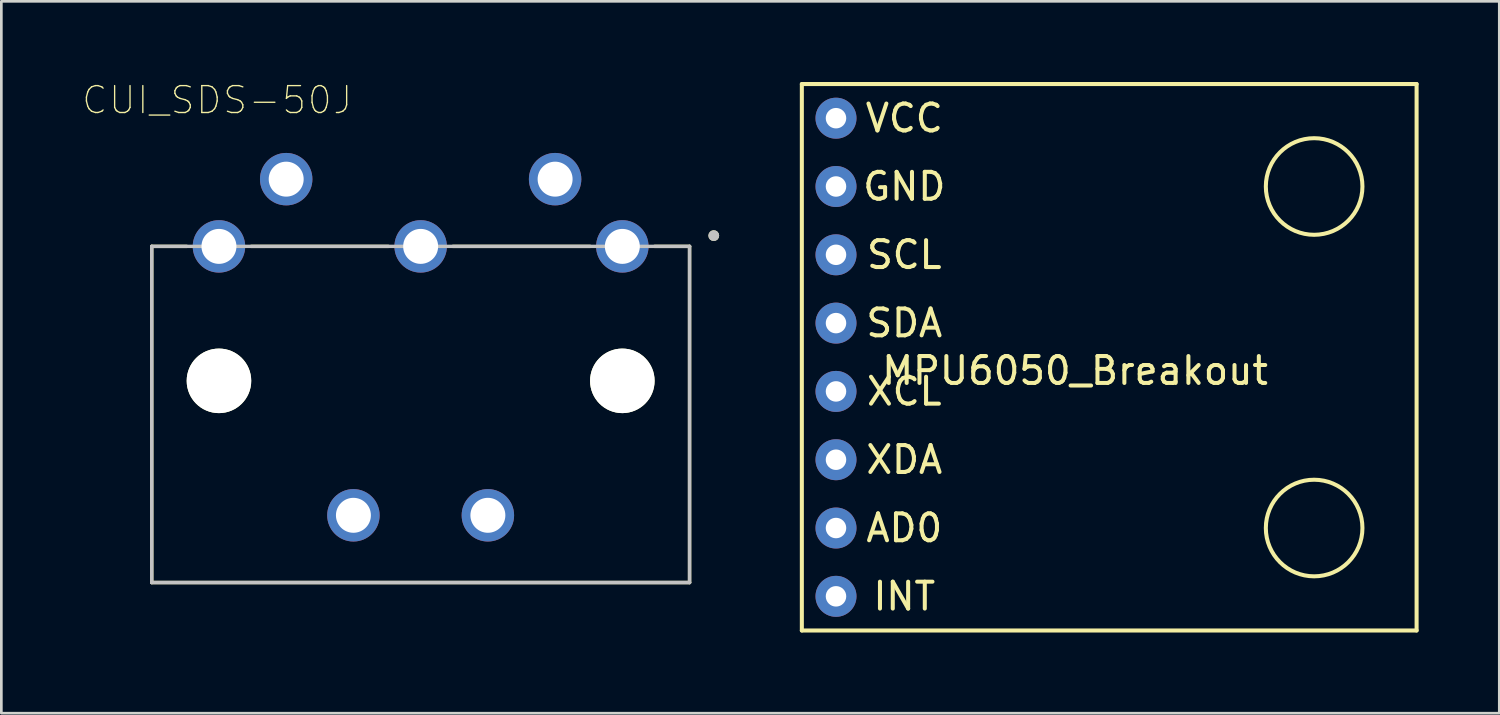
<source format=kicad_pcb>
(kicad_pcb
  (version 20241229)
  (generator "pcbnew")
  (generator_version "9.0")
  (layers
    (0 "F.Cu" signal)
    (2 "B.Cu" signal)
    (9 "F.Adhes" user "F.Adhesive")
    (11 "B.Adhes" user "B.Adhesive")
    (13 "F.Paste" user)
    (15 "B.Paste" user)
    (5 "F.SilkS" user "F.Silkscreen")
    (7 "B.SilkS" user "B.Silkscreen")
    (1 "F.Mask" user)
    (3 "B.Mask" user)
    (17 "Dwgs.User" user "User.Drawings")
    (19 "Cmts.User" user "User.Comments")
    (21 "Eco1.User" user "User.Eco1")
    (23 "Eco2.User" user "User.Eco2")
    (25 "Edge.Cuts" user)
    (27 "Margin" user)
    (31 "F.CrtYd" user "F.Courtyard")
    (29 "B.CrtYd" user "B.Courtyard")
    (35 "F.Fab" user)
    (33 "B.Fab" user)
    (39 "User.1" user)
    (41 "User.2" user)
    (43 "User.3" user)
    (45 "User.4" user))
  (footprint "MPU6050_Breakout"
    (layer "F.Cu")
    (at 36.927 10.235)
    (property "Reference" "MPU6050_Breakout" (at 0 0.5 0) (layer "F.SilkS") (effects (font (size 1 1) (thickness 0.15))))
    (attr through_hole)
    (fp_line (start -10.16 -10.16) (end -10.16 10.16) (stroke (width 0.15) (type solid)) (layer "F.SilkS"))
    (fp_line (start -10.16 10.16) (end 12.7 10.16) (stroke (width 0.15) (type solid)) (layer "F.SilkS"))
    (fp_line (start 12.7 -10.16) (end -10.16 -10.16) (stroke (width 0.15) (type solid)) (layer "F.SilkS"))
    (fp_line (start 12.7 10.16) (end 12.7 -10.16) (stroke (width 0.15) (type solid)) (layer "F.SilkS"))
    (fp_circle (center 8.89 -6.35) (end 10.16 -7.62) (stroke (width 0.15) (type solid)) (fill no) (layer "F.SilkS"))
    (fp_circle (center 8.89 6.35) (end 10.16 7.62) (stroke (width 0.15) (type solid)) (fill no) (layer "F.SilkS"))
    (fp_text user "VCC" (at -6.35 -8.89 0) (layer "F.SilkS") (effects (font (size 1 1) (thickness 0.15))))
    (fp_text user "INT" (at -6.35 8.89 0) (layer "F.SilkS") (effects (font (size 1 1) (thickness 0.15))))
    (fp_text user "XCL" (at -6.35 1.27 0) (layer "F.SilkS") (effects (font (size 1 1) (thickness 0.15))))
    (fp_text user "XDA" (at -6.35 3.81 0) (layer "F.SilkS") (effects (font (size 1 1) (thickness 0.15))))
    (fp_text user "GND" (at -6.35 -6.35 0) (layer "F.SilkS") (effects (font (size 1 1) (thickness 0.15))))
    (fp_text user "SDA" (at -6.35 -1.27 0) (layer "F.SilkS") (effects (font (size 1 1) (thickness 0.15))))
    (fp_text user "SCL" (at -6.35 -3.81 0) (layer "F.SilkS") (effects (font (size 1 1) (thickness 0.15))))
    (fp_text user "AD0" (at -6.35 6.35 0) (layer "F.SilkS") (effects (font (size 1 1) (thickness 0.15))))
    (pad "1" thru_hole circle (at -8.89 -8.89) (size 1.524 1.524) (drill 0.762) (layers "*.Cu" "*.Mask"))
    (pad "2" thru_hole circle (at -8.89 -6.35) (size 1.524 1.524) (drill 0.762) (layers "*.Cu" "*.Mask"))
    (pad "3" thru_hole circle (at -8.89 -3.81) (size 1.524 1.524) (drill 0.762) (layers "*.Cu" "*.Mask"))
    (pad "4" thru_hole circle (at -8.89 -1.27) (size 1.524 1.524) (drill 0.762) (layers "*.Cu" "*.Mask"))
    (pad "5" thru_hole circle (at -8.89 1.27) (size 1.524 1.524) (drill 0.762) (layers "*.Cu" "*.Mask"))
    (pad "6" thru_hole circle (at -8.89 3.81) (size 1.524 1.524) (drill 0.762) (layers "*.Cu" "*.Mask"))
    (pad "7" thru_hole circle (at -8.89 6.35) (size 1.524 1.524) (drill 0.762) (layers "*.Cu" "*.Mask"))
    (pad "8" thru_hole circle (at -8.89 8.89) (size 1.524 1.524) (drill 0.762) (layers "*.Cu" "*.Mask")))
  (footprint "CUI_SDS-50J"
    (layer "F.Cu")
    (at 12.592 6.112)
    (property "Reference" "CUI_SDS-50J" (at -7.566 -5.439 0) (layer "F.SilkS") (effects (font (size 1.001 1.001) (thickness 0.05))))
    (attr through_hole)
    (fp_line (start -10 0) (end -10 12.5) (stroke (width 0.127) (type solid)) (layer "F.SilkS"))
    (fp_line (start -10 0) (end -8.7 0) (stroke (width 0.127) (type solid)) (layer "F.SilkS"))
    (fp_line (start -10 12.5) (end 10 12.5) (stroke (width 0.127) (type solid)) (layer "F.SilkS"))
    (fp_line (start -6.3 0) (end -1.2 0) (stroke (width 0.127) (type solid)) (layer "F.SilkS"))
    (fp_line (start 1.2 0) (end 6.3 0) (stroke (width 0.127) (type solid)) (layer "F.SilkS"))
    (fp_line (start 10 0) (end 8.7 0) (stroke (width 0.127) (type solid)) (layer "F.SilkS"))
    (fp_line (start 10 12.5) (end 10 0) (stroke (width 0.127) (type solid)) (layer "F.SilkS"))
    (fp_circle (center 10.9 -0.4) (end 11 -0.4) (stroke (width 0.2) (type solid)) (fill no) (layer "F.SilkS"))
    (fp_line (start -10 0) (end -10 12.5) (stroke (width 0.127) (type solid)) (layer "Dwgs.User"))
    (fp_line (start -10 12.5) (end 10 12.5) (stroke (width 0.127) (type solid)) (layer "Dwgs.User"))
    (fp_line (start 10 0) (end -10 0) (stroke (width 0.127) (type solid)) (layer "Dwgs.User"))
    (fp_line (start 10 12.5) (end 10 0) (stroke (width 0.127) (type solid)) (layer "Dwgs.User"))
    (fp_circle (center 10.9 -0.4) (end 11 -0.4) (stroke (width 0.2) (type solid)) (fill no) (layer "Dwgs.User"))
    (fp_line (start -10.25 -3.75) (end 10.25 -3.75) (stroke (width 0.05) (type solid)) (layer "Eco1.User"))
    (fp_line (start -10.25 12.75) (end -10.25 -3.75) (stroke (width 0.05) (type solid)) (layer "Eco1.User"))
    (fp_line (start 10.25 -3.75) (end 10.25 12.75) (stroke (width 0.05) (type solid)) (layer "Eco1.User"))
    (fp_line (start 10.25 12.75) (end -10.25 12.75) (stroke (width 0.05) (type solid)) (layer "Eco1.User"))
    (pad "" np_thru_hole circle (at -7.5 5) (size 2.4 2.4) (drill 2.4) (layers "*.Cu" "*.Mask" "F.SilkS"))
    (pad "" np_thru_hole circle (at 7.5 5) (size 2.4 2.4) (drill 2.4) (layers "*.Cu" "*.Mask" "F.SilkS"))
    (pad "1" thru_hole circle (at 7.5 0) (size 1.95 1.95) (drill 1.3) (layers "*.Cu" "*.Mask"))
    (pad "2" thru_hole circle (at 0 0) (size 1.95 1.95) (drill 1.3) (layers "*.Cu" "*.Mask"))
    (pad "3" thru_hole circle (at -7.5 0) (size 1.95 1.95) (drill 1.3) (layers "*.Cu" "*.Mask"))
    (pad "4" thru_hole circle (at 5 -2.5) (size 1.95 1.95) (drill 1.3) (layers "*.Cu" "*.Mask"))
    (pad "5" thru_hole circle (at -5 -2.5) (size 1.95 1.95) (drill 1.3) (layers "*.Cu" "*.Mask"))
    (pad "S1" thru_hole circle (at -2.5 10) (size 1.95 1.95) (drill 1.3) (layers "*.Cu" "*.Mask"))
    (pad "S2" thru_hole circle (at 2.5 10) (size 1.95 1.95) (drill 1.3) (layers "*.Cu" "*.Mask")))
  (gr_rect
    (start -3 -3)
    (end 52.702 23.47)
    (stroke (width 0.1) (type default))
    (fill no)
    (layer "Edge.Cuts")))
</source>
